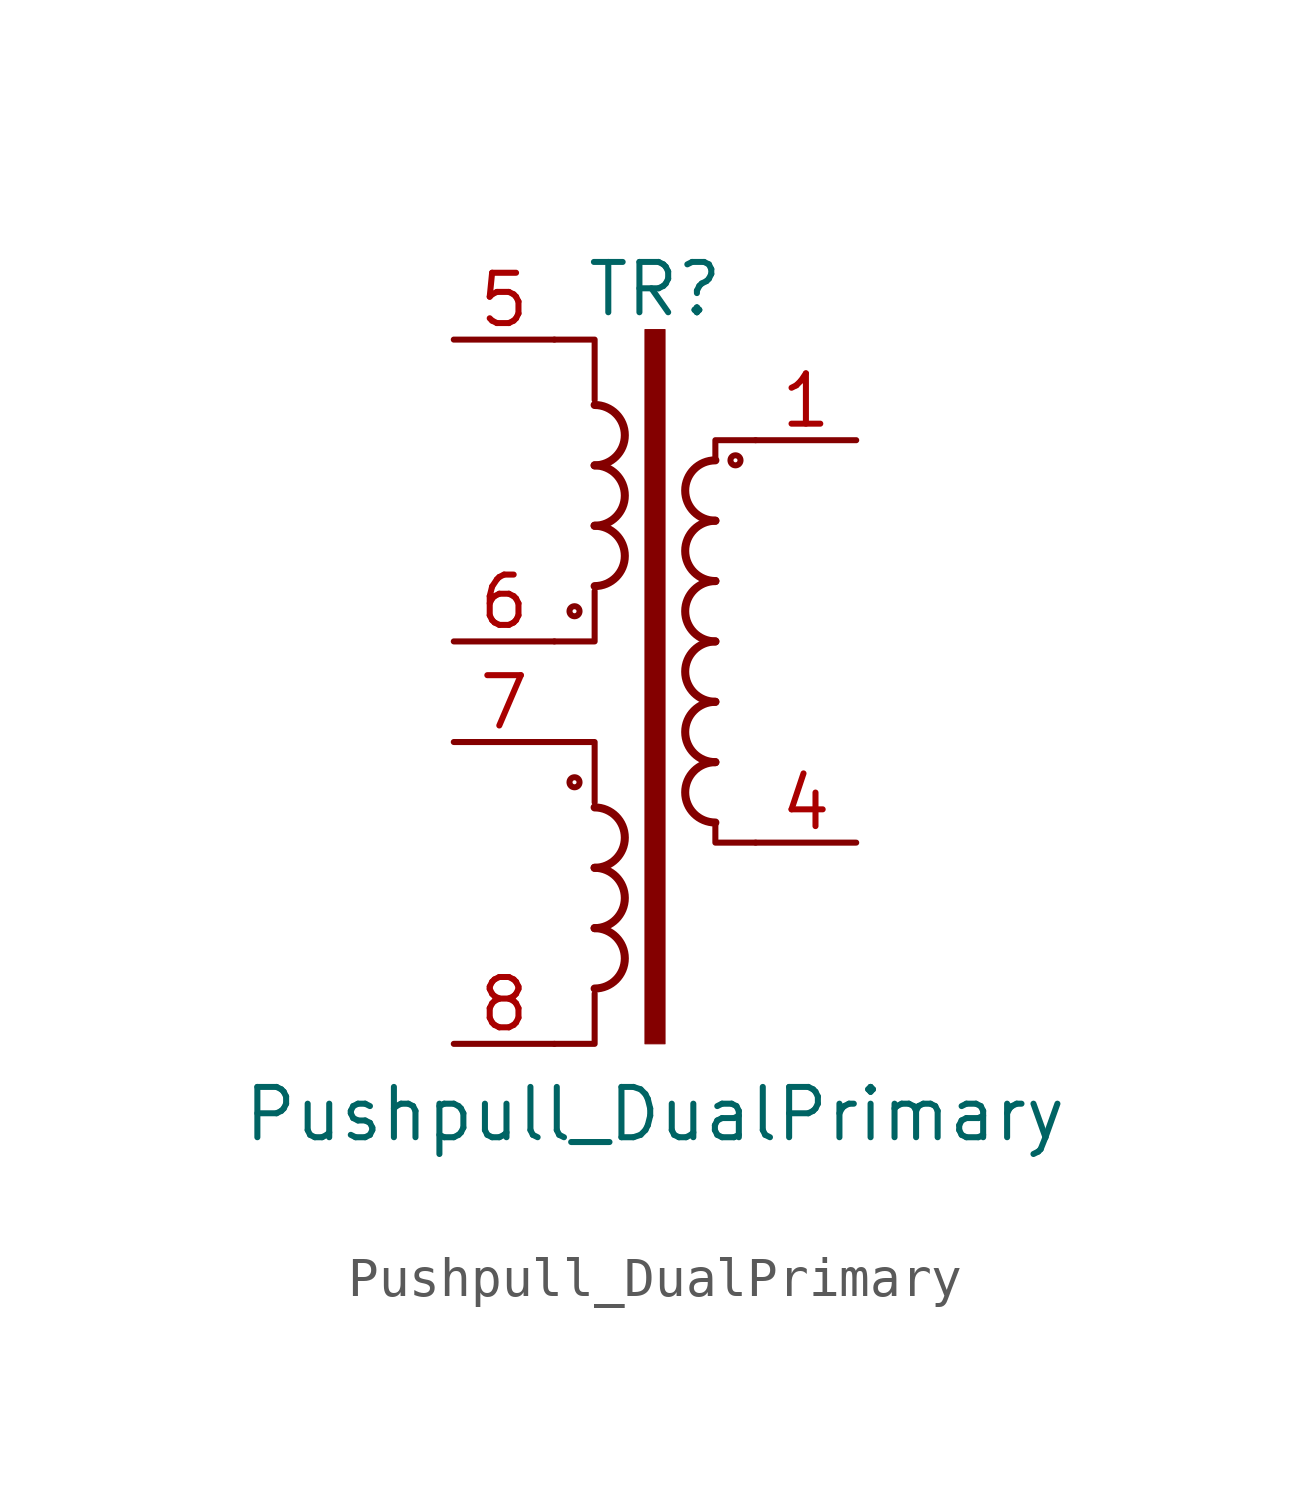
<source format=kicad_sym>
(kicad_symbol_lib
  (version 20241209)
  (generator "kicad_symbol_editor")
  (generator_version "9.0")
  (symbol "Pushpull_DualPrimary"
    (pin_names
      (offset 0.025))
    (property "Reference" "TR"
      (at 0 8.89 0)
      (effects (font (size 1.27 1.27))))
    (property "Value" "Pushpull_DualPrimary"
      (at 0 -11.938 0)
      (effects (font (size 1.27 1.27))))
    (symbol "Pushpull_DualPrimary_0_1"
      (polyline (pts (xy -2.54 7.62) (xy -1.524 7.62) (xy -1.524 6.096)) (stroke (width 0) (type default)) (fill (type none)))
      (polyline (pts (xy -2.54 0) (xy -1.524 0) (xy -1.524 1.27)) (stroke (width 0) (type default)) (fill (type none)))
      (polyline (pts (xy -2.54 -2.54) (xy -1.524 -2.54) (xy -1.524 -4.064)) (stroke (width 0) (type default)) (fill (type none)))
      (circle (center -2.032 0.762) (radius 0.127) (stroke (width 0) (type default)) (fill (type none)))
      (circle (center -2.032 -3.556) (radius 0.127) (stroke (width 0) (type default)) (fill (type none)))
      (arc (start -1.524 5.969) (mid -0.7653 5.207) (end -1.524 4.445) (stroke (width 0.2032) (type default)) (fill (type none)))
      (arc (start -1.524 4.445) (mid -0.7653 3.683) (end -1.524 2.921) (stroke (width 0.2032) (type default)) (fill (type none)))
      (arc (start -1.524 2.921) (mid -0.7653 2.159) (end -1.524 1.397) (stroke (width 0.2032) (type default)) (fill (type none)))
      (arc (start -1.524 -4.191) (mid -0.7653 -4.953) (end -1.524 -5.715) (stroke (width 0.2032) (type default)) (fill (type none)))
      (arc (start -1.524 -5.715) (mid -0.7653 -6.477) (end -1.524 -7.239) (stroke (width 0.2032) (type default)) (fill (type none)))
      (arc (start -1.524 -7.239) (mid -0.7653 -8.001) (end -1.524 -8.763) (stroke (width 0.2032) (type default)) (fill (type none)))
      (polyline (pts (xy -1.524 -8.89) (xy -1.524 -10.16) (xy -2.54 -10.16)) (stroke (width 0) (type default)) (fill (type none)))
      (rectangle (start 0.254 7.874) (end -0.254 -10.16) (stroke (width 0.025) (type default)) (fill (type outline)))
      (polyline (pts (xy 1.524 4.572) (xy 1.524 5.08) (xy 2.54 5.08)) (stroke (width 0) (type default)) (fill (type none)))
      (polyline (pts (xy 1.524 -4.572) (xy 1.524 -5.08) (xy 2.54 -5.08)) (stroke (width 0) (type default)) (fill (type none)))
      (arc (start 1.524 3.048) (mid 0.7653 3.81) (end 1.524 4.572) (stroke (width 0.2032) (type default)) (fill (type none)))
      (arc (start 1.524 1.524) (mid 0.7653 2.286) (end 1.524 3.048) (stroke (width 0.2032) (type default)) (fill (type none)))
      (arc (start 1.524 0) (mid 0.7653 0.762) (end 1.524 1.524) (stroke (width 0.2032) (type default)) (fill (type none)))
      (arc (start 1.524 -1.524) (mid 0.7653 -0.762) (end 1.524 0) (stroke (width 0.2032) (type default)) (fill (type none)))
      (arc (start 1.524 -3.048) (mid 0.7653 -2.286) (end 1.524 -1.524) (stroke (width 0.2032) (type default)) (fill (type none)))
      (arc (start 1.524 -4.572) (mid 0.7653 -3.81) (end 1.524 -3.048) (stroke (width 0.2032) (type default)) (fill (type none)))
      (circle (center 2.032 4.572) (radius 0.127) (stroke (width 0) (type default)) (fill (type none))))
    (symbol "Pushpull_DualPrimary_1_1"
      (pin passive line (at -5.08 7.62 0) (length 2.54) (name "~" (effects (font (size 1.27 1.27)))) (number "5" (effects (font (size 1.27 1.27)))))
      (pin passive line (at -5.08 0 0) (length 2.54) (name "~" (effects (font (size 1.27 1.27)))) (number "6" (effects (font (size 1.27 1.27)))))
      (pin passive line (at -5.08 -2.54 0) (length 2.54) (name "~" (effects (font (size 1.27 1.27)))) (number "7" (effects (font (size 1.27 1.27)))))
      (pin passive line (at -5.08 -10.16 0) (length 2.54) (name "~" (effects (font (size 1.27 1.27)))) (number "8" (effects (font (size 1.27 1.27)))))
      (pin passive line (at 5.08 5.08 180) (length 2.54) (name "~" (effects (font (size 1.27 1.27)))) (number "1" (effects (font (size 1.27 1.27)))))
      (pin passive line (at 5.08 -5.08 180) (length 2.54) (name "~" (effects (font (size 1.27 1.27)))) (number "4" (effects (font (size 1.27 1.27))))))))
</source>
